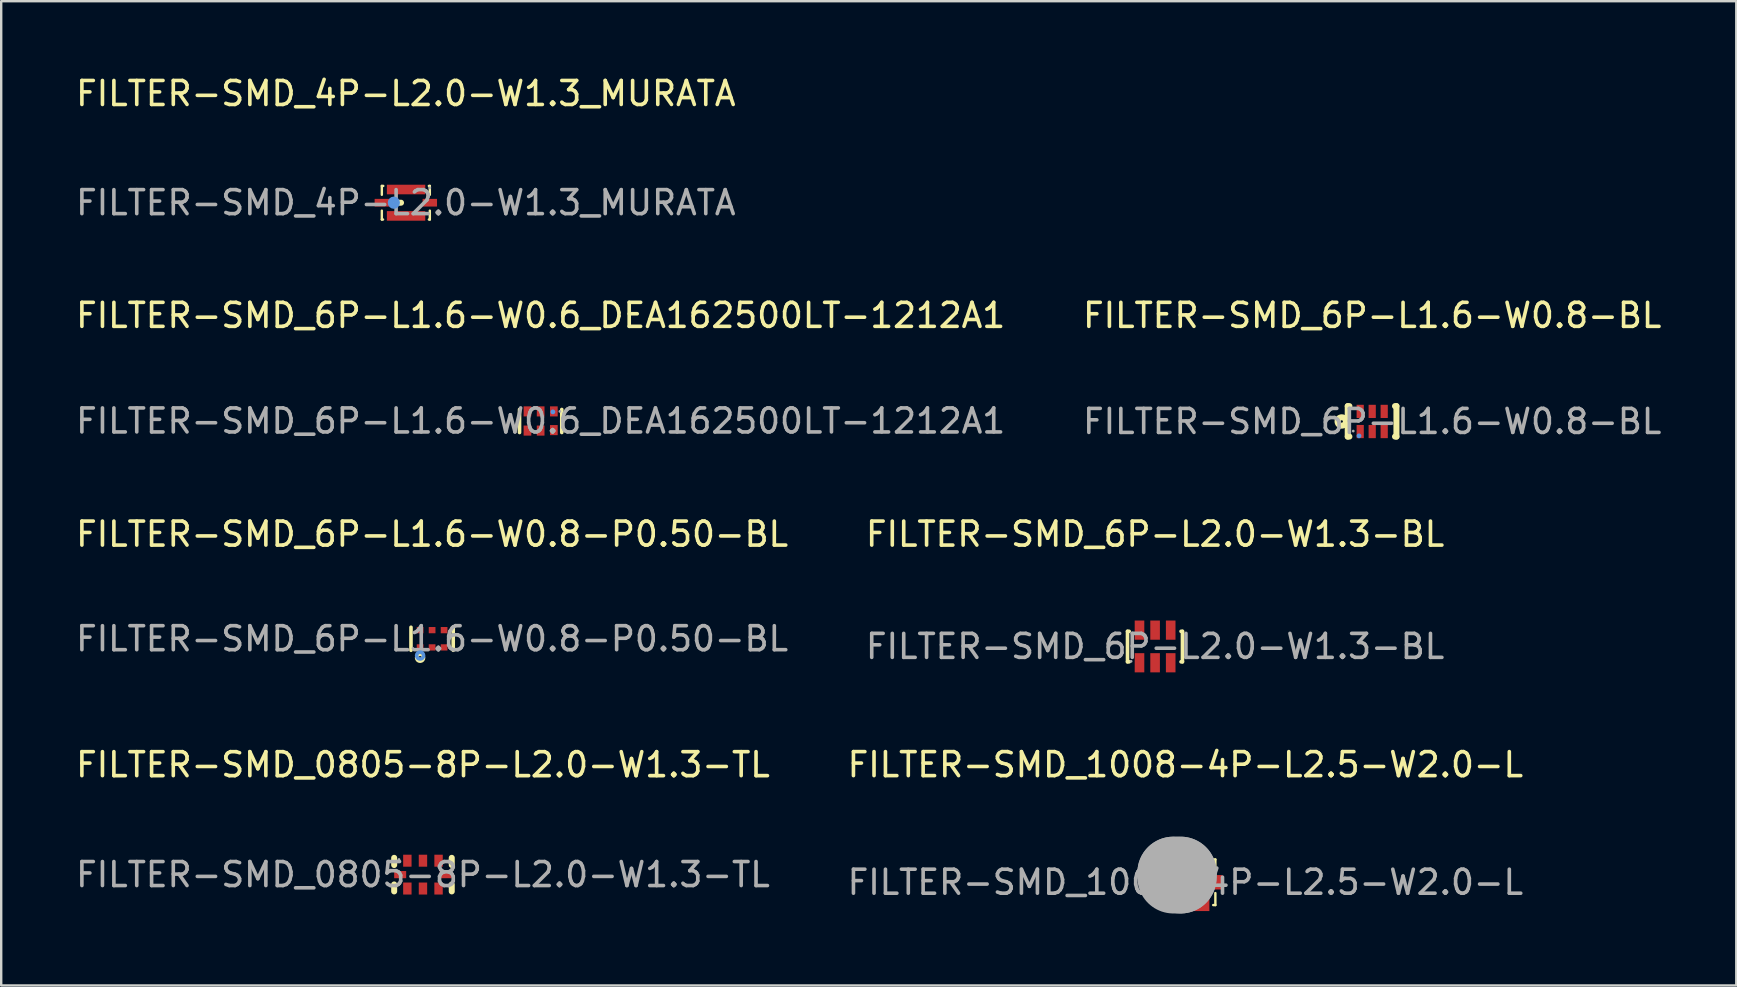
<source format=kicad_pcb>
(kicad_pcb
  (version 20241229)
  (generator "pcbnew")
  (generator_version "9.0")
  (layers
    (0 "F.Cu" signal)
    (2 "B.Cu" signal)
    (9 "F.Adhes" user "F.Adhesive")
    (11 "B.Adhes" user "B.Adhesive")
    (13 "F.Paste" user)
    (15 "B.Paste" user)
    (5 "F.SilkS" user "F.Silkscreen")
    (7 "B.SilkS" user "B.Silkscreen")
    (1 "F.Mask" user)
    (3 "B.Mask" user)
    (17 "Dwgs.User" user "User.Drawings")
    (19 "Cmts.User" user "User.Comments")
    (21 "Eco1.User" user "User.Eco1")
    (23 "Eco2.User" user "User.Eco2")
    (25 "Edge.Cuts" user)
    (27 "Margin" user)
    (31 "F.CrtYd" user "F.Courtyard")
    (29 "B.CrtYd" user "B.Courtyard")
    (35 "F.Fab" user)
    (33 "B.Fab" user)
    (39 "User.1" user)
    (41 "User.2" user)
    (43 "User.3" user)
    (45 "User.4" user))
  (footprint "FILTER-SMD_1008-4P-L2.5-W2.0-L"
    (layer "F.Cu")
    (at 46.351 33.719)
    (property "Reference" "FILTER-SMD_1008-4P-L2.5-W2.0-L" (at 0 -4.9 0) (layer "F.SilkS") (effects (font (size 1 1) (thickness 0.15))))
    (attr through_hole)
    (fp_line (start -1.25 -0.95) (end -1.25 -0.45) (stroke (width 0.1) (type solid)) (layer "F.SilkS"))
    (fp_line (start -1.25 -0.95) (end -1.15 -0.95) (stroke (width 0.1) (type solid)) (layer "F.SilkS"))
    (fp_line (start -1.25 0.46) (end -1.25 0.95) (stroke (width 0.1) (type solid)) (layer "F.SilkS"))
    (fp_line (start -1.15 0.95) (end -1.25 0.95) (stroke (width 0.1) (type solid)) (layer "F.SilkS"))
    (fp_line (start 1.15 -0.95) (end 1.25 -0.95) (stroke (width 0.1) (type solid)) (layer "F.SilkS"))
    (fp_line (start 1.25 -0.95) (end 1.25 -0.45) (stroke (width 0.1) (type solid)) (layer "F.SilkS"))
    (fp_line (start 1.25 0.45) (end 1.25 0.95) (stroke (width 0.1) (type solid)) (layer "F.SilkS"))
    (fp_line (start 1.25 0.95) (end 1.16 0.95) (stroke (width 0.1) (type solid)) (layer "F.SilkS"))
    (fp_line (start -0.5 -0.4) (end -0.5 -0.4) (stroke (width 3) (type solid)) (layer "F.Fab"))
    (fp_line (start -0.5 -0.4) (end -0.2 -0.4) (stroke (width 3) (type solid)) (layer "F.Fab"))
    (fp_line (start -0.2 -0.4) (end -0.2 -0.2) (stroke (width 3) (type solid)) (layer "F.Fab"))
    (fp_line (start -0.2 -0.2) (end -0.5 -0.2) (stroke (width 3) (type solid)) (layer "F.Fab"))
    (fp_circle (center -1.25 1) (end -1.22 1) (stroke (width 0.06) (type solid)) (fill no) (layer "F.Fab"))
    (fp_text user "${REFERENCE}" (at 0 0 0) (layer "F.Fab") (effects (font (size 1 1) (thickness 0.15))))
    (pad "1" smd rect (at -1.2 0 180) (size 0.7 0.6) (layers "F.Cu" "F.Mask" "F.Paste"))
    (pad "2" smd rect (at 1.2 0 180) (size 0.7 0.6) (layers "F.Cu" "F.Mask" "F.Paste"))
    (pad "3" smd rect (at 0 -0.9 270) (size 0.6 2) (layers "F.Cu" "F.Mask" "F.Paste"))
    (pad "4" smd rect (at 0 0.9 270) (size 0.6 2) (layers "F.Cu" "F.Mask" "F.Paste")))
  (footprint "FILTER-SMD_6P-L1.6-W0.6_DEA162500LT-1212A1"
    (layer "F.Cu")
    (at 19.482 14.495)
    (property "Reference" "FILTER-SMD_6P-L1.6-W0.6_DEA162500LT-1212A1" (at 0 -4.4 0) (layer "F.SilkS") (effects (font (size 1 1) (thickness 0.15))))
    (attr through_hole)
    (fp_line (start -0.88 0.48) (end -0.88 -0.48) (stroke (width 0.15) (type solid)) (layer "F.SilkS"))
    (fp_line (start 0.88 0.48) (end 0.88 -0.48) (stroke (width 0.15) (type solid)) (layer "F.SilkS"))
    (fp_circle (center 0.51 -0.38) (end 0.56 -0.38) (stroke (width 0.1) (type solid)) (fill no) (layer "Cmts.User"))
    (fp_circle (center 0.8 -0.4) (end 0.83 -0.4) (stroke (width 0.06) (type solid)) (fill no) (layer "F.Fab"))
    (fp_text user "${REFERENCE}" (at 0 0 0) (layer "F.Fab") (effects (font (size 1 1) (thickness 0.15))))
    (pad "1" smd rect (at 0.55 -0.4) (size 0.32 0.42) (layers "F.Cu" "F.Mask" "F.Paste"))
    (pad "2" smd rect (at 0 -0.4) (size 0.32 0.42) (layers "F.Cu" "F.Mask" "F.Paste"))
    (pad "3" smd rect (at -0.55 -0.4) (size 0.32 0.42) (layers "F.Cu" "F.Mask" "F.Paste"))
    (pad "4" smd rect (at -0.55 0.4) (size 0.32 0.42) (layers "F.Cu" "F.Mask" "F.Paste"))
    (pad "5" smd rect (at 0 0.4) (size 0.32 0.42) (layers "F.Cu" "F.Mask" "F.Paste"))
    (pad "6" smd rect (at 0.55 0.38) (size 0.32 0.42) (layers "F.Cu" "F.Mask" "F.Paste")))
  (footprint "FILTER-SMD_6P-L2.0-W1.3-BL"
    (layer "F.Cu")
    (at 45.089 23.891)
    (property "Reference" "FILTER-SMD_6P-L2.0-W1.3-BL" (at 0 -4.68 0) (layer "F.SilkS") (effects (font (size 1 1) (thickness 0.15))))
    (attr through_hole)
    (fp_line (start -1.15 -0.63) (end -1.08 -0.63) (stroke (width 0.15) (type solid)) (layer "F.SilkS"))
    (fp_line (start -1.15 0.64) (end -1.15 -0.63) (stroke (width 0.15) (type solid)) (layer "F.SilkS"))
    (fp_line (start -1.08 0.64) (end -1.15 0.64) (stroke (width 0.15) (type solid)) (layer "F.SilkS"))
    (fp_line (start 1.08 -0.63) (end 1.14 -0.63) (stroke (width 0.15) (type solid)) (layer "F.SilkS"))
    (fp_line (start 1.14 -0.63) (end 1.14 0.64) (stroke (width 0.15) (type solid)) (layer "F.SilkS"))
    (fp_line (start 1.14 0.64) (end 1.08 0.64) (stroke (width 0.15) (type solid)) (layer "F.SilkS"))
    (fp_circle (center -1 0.62) (end -0.97 0.62) (stroke (width 0.06) (type solid)) (fill no) (layer "F.Fab"))
    (fp_text user "${REFERENCE}" (at 0 0 0) (layer "F.Fab") (effects (font (size 1 1) (thickness 0.15))))
    (pad "1" smd rect (at -0.65 0.68) (size 0.4 0.8) (layers "F.Cu" "F.Mask" "F.Paste"))
    (pad "2" smd rect (at 0 0.68) (size 0.4 0.8) (layers "F.Cu" "F.Mask" "F.Paste"))
    (pad "3" smd rect (at 0.65 0.68) (size 0.4 0.8) (layers "F.Cu" "F.Mask" "F.Paste"))
    (pad "4" smd rect (at 0.65 -0.68) (size 0.4 0.8) (layers "F.Cu" "F.Mask" "F.Paste"))
    (pad "5" smd rect (at 0 -0.68) (size 0.4 0.8) (layers "F.Cu" "F.Mask" "F.Paste"))
    (pad "6" smd rect (at -0.65 -0.68) (size 0.4 0.8) (layers "F.Cu" "F.Mask" "F.Paste")))
  (footprint "FILTER-SMD_6P-L1.6-W0.8-P0.50-BL"
    (layer "F.Cu")
    (at 14.958 23.571)
    (property "Reference" "FILTER-SMD_6P-L1.6-W0.8-P0.50-BL" (at 0 -4.36 0) (layer "F.SilkS") (effects (font (size 1 1) (thickness 0.15))))
    (attr through_hole)
    (fp_line (start -0.88 0.48) (end -0.88 -0.48) (stroke (width 0.15) (type solid)) (layer "F.SilkS"))
    (fp_line (start 0.88 0.48) (end 0.88 -0.48) (stroke (width 0.15) (type solid)) (layer "F.SilkS"))
    (fp_circle (center -0.5 0.79) (end -0.43 0.79) (stroke (width 0.15) (type solid)) (fill no) (layer "F.SilkS"))
    (fp_circle (center -0.5 0.7) (end -0.43 0.7) (stroke (width 0.15) (type solid)) (fill no) (layer "Cmts.User"))
    (fp_circle (center -0.8 0.4) (end -0.77 0.4) (stroke (width 0.06) (type solid)) (fill no) (layer "F.Fab"))
    (fp_text user "${REFERENCE}" (at 0 0 0) (layer "F.Fab") (effects (font (size 1 1) (thickness 0.15))))
    (pad "1" smd rect (at -0.5 0.36) (size 0.28 0.26) (layers "F.Cu" "F.Mask" "F.Paste"))
    (pad "2" smd rect (at 0 0.36) (size 0.28 0.26) (layers "F.Cu" "F.Mask" "F.Paste"))
    (pad "3" smd rect (at 0.5 0.36) (size 0.28 0.26) (layers "F.Cu" "F.Mask" "F.Paste"))
    (pad "4" smd rect (at 0.5 -0.36) (size 0.28 0.26) (layers "F.Cu" "F.Mask" "F.Paste"))
    (pad "5" smd rect (at 0 -0.36) (size 0.28 0.26) (layers "F.Cu" "F.Mask" "F.Paste"))
    (pad "6" smd rect (at -0.5 -0.36) (size 0.28 0.26) (layers "F.Cu" "F.Mask" "F.Paste")))
  (footprint "FILTER-SMD_0805-8P-L2.0-W1.3-TL"
    (layer "F.Cu")
    (at 14.577 33.4)
    (property "Reference" "FILTER-SMD_0805-8P-L2.0-W1.3-TL" (at 0 -4.58 0) (layer "F.SilkS") (effects (font (size 1 1) (thickness 0.15))))
    (attr through_hole)
    (fp_line (start -1.2 -0.7) (end -1.2 -0.4) (stroke (width 0.25) (type solid)) (layer "F.SilkS"))
    (fp_line (start -1.2 0.41) (end -1.2 0.7) (stroke (width 0.25) (type solid)) (layer "F.SilkS"))
    (fp_line (start 1.2 -0.7) (end 1.2 -0.4) (stroke (width 0.25) (type solid)) (layer "F.SilkS"))
    (fp_line (start 1.2 0.41) (end 1.2 0.7) (stroke (width 0.25) (type solid)) (layer "F.SilkS"))
    (fp_circle (center -1 -0.63) (end -0.97 -0.63) (stroke (width 0.06) (type solid)) (fill no) (layer "F.Fab"))
    (fp_text user "${REFERENCE}" (at 0 0 0) (layer "F.Fab") (effects (font (size 1 1) (thickness 0.15))))
    (pad "1" smd rect (at -0.65 -0.58) (size 0.35 0.5) (layers "F.Cu" "F.Mask" "F.Paste"))
    (pad "2" smd rect (at 0 -0.58) (size 0.35 0.5) (layers "F.Cu" "F.Mask" "F.Paste"))
    (pad "3" smd rect (at 0.65 -0.58) (size 0.35 0.5) (layers "F.Cu" "F.Mask" "F.Paste"))
    (pad "4" smd rect (at 0.95 0) (size 0.5 0.3) (layers "F.Cu" "F.Mask" "F.Paste"))
    (pad "5" smd rect (at 0.65 0.58) (size 0.35 0.5) (layers "F.Cu" "F.Mask" "F.Paste"))
    (pad "6" smd rect (at 0 0.58) (size 0.35 0.5) (layers "F.Cu" "F.Mask" "F.Paste"))
    (pad "7" smd rect (at -0.65 0.58) (size 0.35 0.5) (layers "F.Cu" "F.Mask" "F.Paste"))
    (pad "8" smd rect (at -0.95 0) (size 0.5 0.3) (layers "F.Cu" "F.Mask" "F.Paste")))
  (footprint "FILTER-SMD_6P-L1.6-W0.8-BL"
    (layer "F.Cu")
    (at 54.137 14.515)
    (property "Reference" "FILTER-SMD_6P-L1.6-W0.8-BL" (at 0 -4.42 0) (layer "F.SilkS") (effects (font (size 1 1) (thickness 0.15))))
    (attr through_hole)
    (fp_line (start -1.02 -0.64) (end -0.95 -0.64) (stroke (width 0.25) (type solid)) (layer "F.SilkS"))
    (fp_line (start -1.02 0.63) (end -1.02 -0.64) (stroke (width 0.25) (type solid)) (layer "F.SilkS"))
    (fp_line (start -0.95 0.63) (end -1.02 0.63) (stroke (width 0.25) (type solid)) (layer "F.SilkS"))
    (fp_line (start 0.95 -0.64) (end 1.01 -0.64) (stroke (width 0.25) (type solid)) (layer "F.SilkS"))
    (fp_line (start 1.01 -0.64) (end 1.01 0.63) (stroke (width 0.25) (type solid)) (layer "F.SilkS"))
    (fp_line (start 1.01 0.63) (end 0.95 0.63) (stroke (width 0.25) (type solid)) (layer "F.SilkS"))
    (fp_circle (center -1.27 0) (end -1.22 0) (stroke (width 0.25) (type solid)) (fill no) (layer "F.SilkS"))
    (fp_circle (center -0.55 0.6) (end -0.5 0.6) (stroke (width 0.1) (type solid)) (fill no) (layer "Cmts.User"))
    (fp_circle (center -0.79 0.4) (end -0.76 0.4) (stroke (width 0.06) (type solid)) (fill no) (layer "F.Fab"))
    (fp_text user "${REFERENCE}" (at 0 0 0) (layer "F.Fab") (effects (font (size 1 1) (thickness 0.15))))
    (pad "1" smd rect (at -0.5 0.42 90) (size 0.55 0.3) (layers "F.Cu" "F.Mask" "F.Paste"))
    (pad "2" smd rect (at 0 0.42 90) (size 0.55 0.3) (layers "F.Cu" "F.Mask" "F.Paste"))
    (pad "3" smd rect (at 0.5 0.42 90) (size 0.55 0.3) (layers "F.Cu" "F.Mask" "F.Paste"))
    (pad "4" smd rect (at 0.5 -0.42 90) (size 0.55 0.3) (layers "F.Cu" "F.Mask" "F.Paste"))
    (pad "5" smd rect (at 0 -0.42 90) (size 0.55 0.3) (layers "F.Cu" "F.Mask" "F.Paste"))
    (pad "6" smd rect (at -0.5 -0.42 90) (size 0.55 0.3) (layers "F.Cu" "F.Mask" "F.Paste")))
  (footprint "FILTER-SMD_4P-L2.0-W1.3_MURATA"
    (layer "F.Cu")
    (at 13.863 5.398)
    (property "Reference" "FILTER-SMD_4P-L2.0-W1.3_MURATA" (at 0 -4.55 0) (layer "F.SilkS") (effects (font (size 1 1) (thickness 0.15))))
    (attr through_hole)
    (fp_line (start -1 -0.7) (end -1 -0.33) (stroke (width 0.1) (type solid)) (layer "F.SilkS"))
    (fp_line (start -1 0.33) (end -1 0.7) (stroke (width 0.1) (type solid)) (layer "F.SilkS"))
    (fp_line (start -1 0.7) (end -0.95 0.7) (stroke (width 0.1) (type solid)) (layer "F.SilkS"))
    (fp_line (start -0.94 -0.7) (end -1 -0.7) (stroke (width 0.1) (type solid)) (layer "F.SilkS"))
    (fp_line (start -0.45 0) (end -0.2 0) (stroke (width 0.25) (type solid)) (layer "F.SilkS"))
    (fp_line (start 0.96 0.7) (end 1 0.7) (stroke (width 0.1) (type solid)) (layer "F.SilkS"))
    (fp_line (start 1 -0.7) (end 0.96 -0.7) (stroke (width 0.1) (type solid)) (layer "F.SilkS"))
    (fp_line (start 1 -0.33) (end 1 -0.7) (stroke (width 0.1) (type solid)) (layer "F.SilkS"))
    (fp_line (start 1 0.7) (end 1 0.33) (stroke (width 0.1) (type solid)) (layer "F.SilkS"))
    (fp_circle (center -0.5 0) (end -0.37 0) (stroke (width 0.25) (type solid)) (fill no) (layer "Cmts.User"))
    (fp_circle (center 1 -0.62) (end 1.03 -0.62) (stroke (width 0.06) (type solid)) (fill no) (layer "F.Fab"))
    (fp_text user "${REFERENCE}" (at 0 0 0) (layer "F.Fab") (effects (font (size 1 1) (thickness 0.15))))
    (pad "1" smd rect (at 0.01 -0.55) (size 1.6 0.4) (layers "F.Cu" "F.Mask" "F.Paste"))
    (pad "2" smd rect (at 1 0) (size 0.6 0.32) (layers "F.Cu" "F.Mask" "F.Paste"))
    (pad "3" smd rect (at 0.01 0.55 180) (size 1.6 0.4) (layers "F.Cu" "F.Mask" "F.Paste"))
    (pad "4" smd rect (at -1 0) (size 0.6 0.32) (layers "F.Cu" "F.Mask" "F.Paste")))
  (gr_rect
    (start -3 -3)
    (end 69.31 38.02)
    (stroke (width 0.1) (type default))
    (fill no)
    (layer "Edge.Cuts")))
</source>
